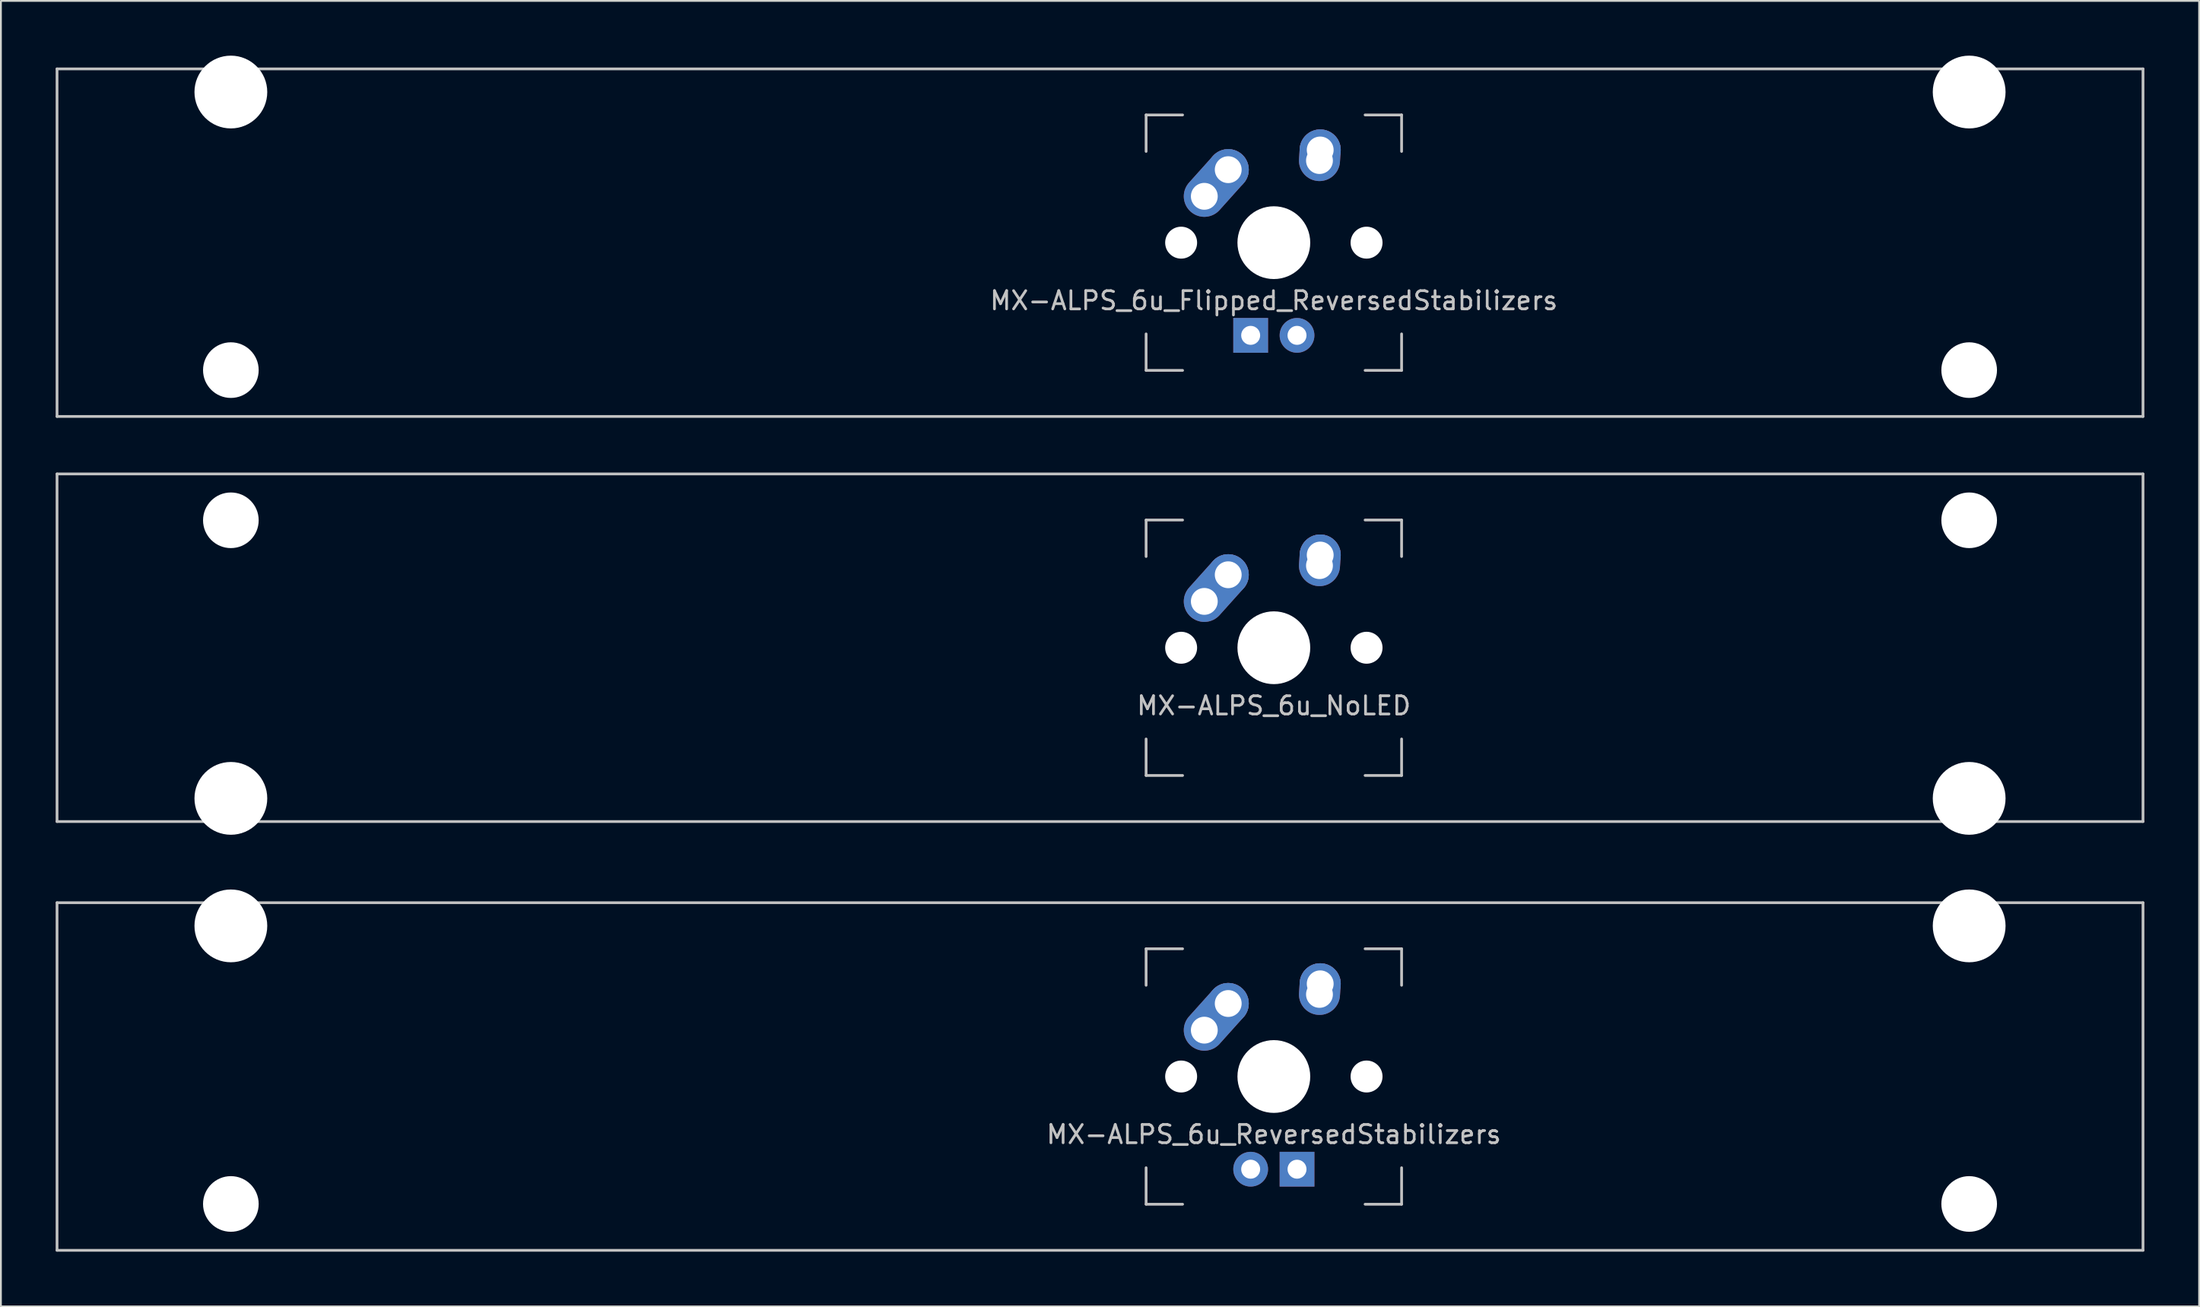
<source format=kicad_pcb>
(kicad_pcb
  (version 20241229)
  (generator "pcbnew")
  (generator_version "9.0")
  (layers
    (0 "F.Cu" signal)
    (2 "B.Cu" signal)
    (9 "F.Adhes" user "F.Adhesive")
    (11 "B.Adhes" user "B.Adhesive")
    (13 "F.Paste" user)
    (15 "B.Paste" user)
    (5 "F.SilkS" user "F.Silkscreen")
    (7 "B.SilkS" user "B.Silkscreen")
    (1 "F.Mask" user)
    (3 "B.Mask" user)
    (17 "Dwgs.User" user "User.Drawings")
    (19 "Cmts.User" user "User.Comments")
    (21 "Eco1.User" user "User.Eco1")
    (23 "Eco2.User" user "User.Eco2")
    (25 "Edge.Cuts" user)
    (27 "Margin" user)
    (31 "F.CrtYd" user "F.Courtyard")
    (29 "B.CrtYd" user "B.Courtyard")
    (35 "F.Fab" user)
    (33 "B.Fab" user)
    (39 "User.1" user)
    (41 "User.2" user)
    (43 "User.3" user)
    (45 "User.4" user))
  (footprint "MX-ALPS_6u_NoLED"
    (layer "F.Cu")
    (at 57.225 32.449)
    (property "Reference" "MX-ALPS_6u_NoLED" (at 9.525 3.175 0) (layer "Dwgs.User") (effects (font (size 1 1) (thickness 0.15))))
    (attr through_hole)
    (fp_line (start -57.15 -9.525) (end 57.15 -9.525) (stroke (width 0.15) (type solid)) (layer "Dwgs.User"))
    (fp_line (start -57.15 9.525) (end -57.15 -9.525) (stroke (width 0.15) (type solid)) (layer "Dwgs.User"))
    (fp_line (start -57.15 9.525) (end 57.15 9.525) (stroke (width 0.15) (type solid)) (layer "Dwgs.User"))
    (fp_line (start 2.525 -7) (end 2.525 -5) (stroke (width 0.15) (type solid)) (layer "Dwgs.User"))
    (fp_line (start 2.525 5) (end 2.525 7) (stroke (width 0.15) (type solid)) (layer "Dwgs.User"))
    (fp_line (start 2.525 7) (end 4.525 7) (stroke (width 0.15) (type solid)) (layer "Dwgs.User"))
    (fp_line (start 4.525 -7) (end 2.525 -7) (stroke (width 0.15) (type solid)) (layer "Dwgs.User"))
    (fp_line (start 14.525 -7) (end 16.525 -7) (stroke (width 0.15) (type solid)) (layer "Dwgs.User"))
    (fp_line (start 14.525 7) (end 16.525 7) (stroke (width 0.15) (type solid)) (layer "Dwgs.User"))
    (fp_line (start 16.525 -7) (end 16.525 -5) (stroke (width 0.15) (type solid)) (layer "Dwgs.User"))
    (fp_line (start 16.525 7) (end 16.525 5) (stroke (width 0.15) (type solid)) (layer "Dwgs.User"))
    (fp_line (start 57.15 -9.525) (end 57.15 9.525) (stroke (width 0.15) (type solid)) (layer "Dwgs.User"))
    (pad "" np_thru_hole circle (at -47.625 -6.985) (size 3.048 3.048) (drill 3.048) (layers "*.Cu" "*.Mask"))
    (pad "" np_thru_hole circle (at -47.625 8.255) (size 3.988 3.988) (drill 3.988) (layers "*.Cu" "*.Mask"))
    (pad "" np_thru_hole circle (at 4.445 0 48.1) (size 1.75 1.75) (drill 1.75) (layers "*.Cu" "*.Mask"))
    (pad "" np_thru_hole circle (at 9.525 0) (size 3.988 3.988) (drill 3.988) (layers "*.Cu" "*.Mask"))
    (pad "" np_thru_hole circle (at 14.605 0 48.1) (size 1.75 1.75) (drill 1.75) (layers "*.Cu" "*.Mask"))
    (pad "" np_thru_hole circle (at 47.625 -6.985) (size 3.048 3.048) (drill 3.048) (layers "*.Cu" "*.Mask"))
    (pad "" np_thru_hole circle (at 47.625 8.255) (size 3.988 3.988) (drill 3.988) (layers "*.Cu" "*.Mask"))
    (pad "1" thru_hole oval (at 5.715 -2.54 48.1) (size 4.212 2.25) (drill 1.47 (offset 0.981 0)) (layers "*.Cu" "B.Mask"))
    (pad "1" thru_hole circle (at 7.025 -4) (size 2.25 2.25) (drill 1.47) (layers "*.Cu" "B.Mask"))
    (pad "2" thru_hole oval (at 12.025 -4.5 86.055) (size 2.831 2.25) (drill 1.47 (offset 0.291 0)) (layers "*.Cu" "B.Mask"))
    (pad "2" thru_hole circle (at 12.065 -5.08) (size 2.25 2.25) (drill 1.47) (layers "*.Cu" "B.Mask")))
  (footprint "MX-ALPS_6u_Flipped_ReversedStabilizers"
    (layer "F.Cu")
    (at 57.225 10.249)
    (property "Reference" "MX-ALPS_6u_Flipped_ReversedStabilizers" (at 9.525 3.175 0) (layer "Dwgs.User") (effects (font (size 1 1) (thickness 0.15))))
    (attr through_hole)
    (fp_line (start -57.15 -9.525) (end 57.15 -9.525) (stroke (width 0.15) (type solid)) (layer "Dwgs.User"))
    (fp_line (start -57.15 9.525) (end -57.15 -9.525) (stroke (width 0.15) (type solid)) (layer "Dwgs.User"))
    (fp_line (start -57.15 9.525) (end 57.15 9.525) (stroke (width 0.15) (type solid)) (layer "Dwgs.User"))
    (fp_line (start 2.525 -7) (end 2.525 -5) (stroke (width 0.15) (type solid)) (layer "Dwgs.User"))
    (fp_line (start 2.525 5) (end 2.525 7) (stroke (width 0.15) (type solid)) (layer "Dwgs.User"))
    (fp_line (start 2.525 7) (end 4.525 7) (stroke (width 0.15) (type solid)) (layer "Dwgs.User"))
    (fp_line (start 4.525 -7) (end 2.525 -7) (stroke (width 0.15) (type solid)) (layer "Dwgs.User"))
    (fp_line (start 14.525 -7) (end 16.525 -7) (stroke (width 0.15) (type solid)) (layer "Dwgs.User"))
    (fp_line (start 14.525 7) (end 16.525 7) (stroke (width 0.15) (type solid)) (layer "Dwgs.User"))
    (fp_line (start 16.525 -7) (end 16.525 -5) (stroke (width 0.15) (type solid)) (layer "Dwgs.User"))
    (fp_line (start 16.525 7) (end 16.525 5) (stroke (width 0.15) (type solid)) (layer "Dwgs.User"))
    (fp_line (start 57.15 -9.525) (end 57.15 9.525) (stroke (width 0.15) (type solid)) (layer "Dwgs.User"))
    (pad "" np_thru_hole circle (at -47.625 -8.255) (size 3.988 3.988) (drill 3.988) (layers "*.Cu" "*.Mask"))
    (pad "" np_thru_hole circle (at -47.625 6.985) (size 3.048 3.048) (drill 3.048) (layers "*.Cu" "*.Mask"))
    (pad "" np_thru_hole circle (at 4.445 0 48.1) (size 1.75 1.75) (drill 1.75) (layers "*.Cu" "*.Mask"))
    (pad "" np_thru_hole circle (at 9.525 0) (size 3.988 3.988) (drill 3.988) (layers "*.Cu" "*.Mask"))
    (pad "" np_thru_hole circle (at 14.605 0 48.1) (size 1.75 1.75) (drill 1.75) (layers "*.Cu" "*.Mask"))
    (pad "" np_thru_hole circle (at 47.625 -8.255) (size 3.988 3.988) (drill 3.988) (layers "*.Cu" "*.Mask"))
    (pad "" np_thru_hole circle (at 47.625 6.985) (size 3.048 3.048) (drill 3.048) (layers "*.Cu" "*.Mask"))
    (pad "1" thru_hole oval (at 5.715 -2.54 48.1) (size 4.212 2.25) (drill 1.47 (offset 0.981 0)) (layers "*.Cu" "B.Mask"))
    (pad "1" thru_hole circle (at 7.025 -4) (size 2.25 2.25) (drill 1.47) (layers "*.Cu" "B.Mask"))
    (pad "2" thru_hole oval (at 12.025 -4.5 86.055) (size 2.831 2.25) (drill 1.47 (offset 0.291 0)) (layers "*.Cu" "B.Mask"))
    (pad "2" thru_hole circle (at 12.065 -5.08) (size 2.25 2.25) (drill 1.47) (layers "*.Cu" "B.Mask"))
    (pad "3" thru_hole circle (at 10.795 5.08) (size 1.905 1.905) (drill 1.04) (layers "*.Cu" "B.Mask"))
    (pad "4" thru_hole rect (at 8.255 5.08) (size 1.905 1.905) (drill 1.04) (layers "*.Cu" "B.Mask")))
  (footprint "MX-ALPS_6u_ReversedStabilizers"
    (layer "F.Cu")
    (at 57.225 55.947)
    (property "Reference" "MX-ALPS_6u_ReversedStabilizers" (at 9.525 3.175 0) (layer "Dwgs.User") (effects (font (size 1 1) (thickness 0.15))))
    (attr through_hole)
    (fp_line (start -57.15 -9.525) (end 57.15 -9.525) (stroke (width 0.15) (type solid)) (layer "Dwgs.User"))
    (fp_line (start -57.15 9.525) (end -57.15 -9.525) (stroke (width 0.15) (type solid)) (layer "Dwgs.User"))
    (fp_line (start -57.15 9.525) (end 57.15 9.525) (stroke (width 0.15) (type solid)) (layer "Dwgs.User"))
    (fp_line (start 2.525 -7) (end 2.525 -5) (stroke (width 0.15) (type solid)) (layer "Dwgs.User"))
    (fp_line (start 2.525 5) (end 2.525 7) (stroke (width 0.15) (type solid)) (layer "Dwgs.User"))
    (fp_line (start 2.525 7) (end 4.525 7) (stroke (width 0.15) (type solid)) (layer "Dwgs.User"))
    (fp_line (start 4.525 -7) (end 2.525 -7) (stroke (width 0.15) (type solid)) (layer "Dwgs.User"))
    (fp_line (start 14.525 -7) (end 16.525 -7) (stroke (width 0.15) (type solid)) (layer "Dwgs.User"))
    (fp_line (start 14.525 7) (end 16.525 7) (stroke (width 0.15) (type solid)) (layer "Dwgs.User"))
    (fp_line (start 16.525 -7) (end 16.525 -5) (stroke (width 0.15) (type solid)) (layer "Dwgs.User"))
    (fp_line (start 16.525 7) (end 16.525 5) (stroke (width 0.15) (type solid)) (layer "Dwgs.User"))
    (fp_line (start 57.15 -9.525) (end 57.15 9.525) (stroke (width 0.15) (type solid)) (layer "Dwgs.User"))
    (pad "" np_thru_hole circle (at -47.625 -8.255) (size 3.988 3.988) (drill 3.988) (layers "*.Cu" "*.Mask"))
    (pad "" np_thru_hole circle (at -47.625 6.985) (size 3.048 3.048) (drill 3.048) (layers "*.Cu" "*.Mask"))
    (pad "" np_thru_hole circle (at 4.445 0 48.1) (size 1.75 1.75) (drill 1.75) (layers "*.Cu" "*.Mask"))
    (pad "" np_thru_hole circle (at 9.525 0) (size 3.988 3.988) (drill 3.988) (layers "*.Cu" "*.Mask"))
    (pad "" np_thru_hole circle (at 14.605 0 48.1) (size 1.75 1.75) (drill 1.75) (layers "*.Cu" "*.Mask"))
    (pad "" np_thru_hole circle (at 47.625 -8.255) (size 3.988 3.988) (drill 3.988) (layers "*.Cu" "*.Mask"))
    (pad "" np_thru_hole circle (at 47.625 6.985) (size 3.048 3.048) (drill 3.048) (layers "*.Cu" "*.Mask"))
    (pad "1" thru_hole oval (at 5.715 -2.54 48.1) (size 4.212 2.25) (drill 1.47 (offset 0.981 0)) (layers "*.Cu" "B.Mask"))
    (pad "1" thru_hole circle (at 7.025 -4) (size 2.25 2.25) (drill 1.47) (layers "*.Cu" "B.Mask"))
    (pad "2" thru_hole oval (at 12.025 -4.5 86.055) (size 2.831 2.25) (drill 1.47 (offset 0.291 0)) (layers "*.Cu" "B.Mask"))
    (pad "2" thru_hole circle (at 12.065 -5.08) (size 2.25 2.25) (drill 1.47) (layers "*.Cu" "B.Mask"))
    (pad "3" thru_hole circle (at 8.255 5.08) (size 1.905 1.905) (drill 1.04) (layers "*.Cu" "B.Mask"))
    (pad "4" thru_hole rect (at 10.795 5.08) (size 1.905 1.905) (drill 1.04) (layers "*.Cu" "B.Mask")))
  (gr_rect
    (start -3 -3)
    (end 117.45 68.547)
    (stroke (width 0.1) (type default))
    (fill no)
    (layer "Edge.Cuts")))
</source>
